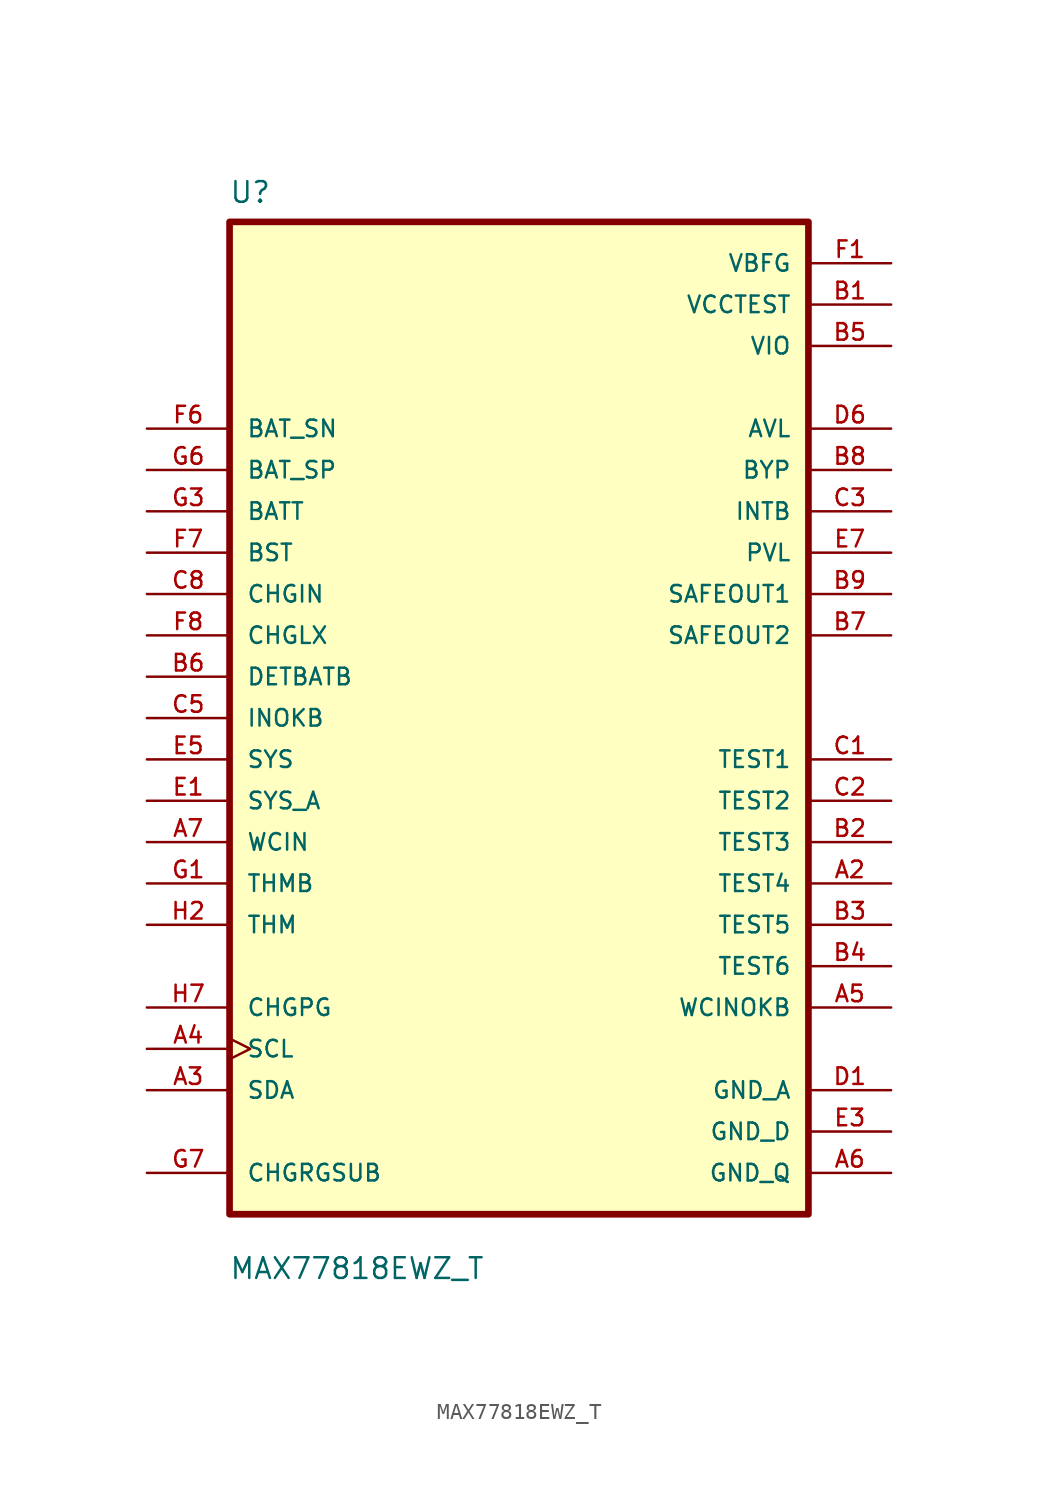
<source format=kicad_sym>
(kicad_symbol_lib
  (version 20241209)
  (generator "kicad_symbol_editor")
  (generator_version "9.0")
  (symbol "MAX77818EWZ_T"
    (pin_names
      (offset 1.016))
    (property "Reference" "U"
      (at -17.82 31.552 0)
      (effects (font (size 1.27 1.27)) (justify left bottom)))
    (property "Value" "MAX77818EWZ_T"
      (at -17.819 -34.555 0)
      (effects (font (size 1.27 1.27)) (justify left bottom)))
    (symbol "MAX77818EWZ_T_0_0"
      (rectangle (start -17.78 30.48) (end 17.78 -30.48) (stroke (width 0.41) (type default)) (fill (type background)))
      (pin input line (at -22.86 17.78 0) (length 5.08) (name "BAT_SN" (effects (font (size 1.016 1.016)))) (number "F6" (effects (font (size 1.016 1.016)))))
      (pin input line (at -22.86 15.24 0) (length 5.08) (name "BAT_SP" (effects (font (size 1.016 1.016)))) (number "G6" (effects (font (size 1.016 1.016)))))
      (pin input line (at -22.86 12.7 0) (length 5.08) (name "BATT" (effects (font (size 1.016 1.016)))) (number "G3" (effects (font (size 1.016 1.016)))))
      (pin input line (at -22.86 12.7 0) (length 5.08) (hide yes) (name "BATT" (effects (font (size 1.016 1.016)))) (number "G4" (effects (font (size 1.016 1.016)))))
      (pin input line (at -22.86 12.7 0) (length 5.08) (hide yes) (name "BATT" (effects (font (size 1.016 1.016)))) (number "H3" (effects (font (size 1.016 1.016)))))
      (pin input line (at -22.86 12.7 0) (length 5.08) (hide yes) (name "BATT" (effects (font (size 1.016 1.016)))) (number "H4" (effects (font (size 1.016 1.016)))))
      (pin input line (at -22.86 10.16 0) (length 5.08) (name "BST" (effects (font (size 1.016 1.016)))) (number "F7" (effects (font (size 1.016 1.016)))))
      (pin input line (at -22.86 7.62 0) (length 5.08) (name "CHGIN" (effects (font (size 1.016 1.016)))) (number "C8" (effects (font (size 1.016 1.016)))))
      (pin input line (at -22.86 7.62 0) (length 5.08) (hide yes) (name "CHGIN" (effects (font (size 1.016 1.016)))) (number "C9" (effects (font (size 1.016 1.016)))))
      (pin input line (at -22.86 7.62 0) (length 5.08) (hide yes) (name "CHGIN" (effects (font (size 1.016 1.016)))) (number "D8" (effects (font (size 1.016 1.016)))))
      (pin input line (at -22.86 7.62 0) (length 5.08) (hide yes) (name "CHGIN" (effects (font (size 1.016 1.016)))) (number "D9" (effects (font (size 1.016 1.016)))))
      (pin input line (at -22.86 5.08 0) (length 5.08) (name "CHGLX" (effects (font (size 1.016 1.016)))) (number "F8" (effects (font (size 1.016 1.016)))))
      (pin input line (at -22.86 5.08 0) (length 5.08) (hide yes) (name "CHGLX" (effects (font (size 1.016 1.016)))) (number "F9" (effects (font (size 1.016 1.016)))))
      (pin input line (at -22.86 5.08 0) (length 5.08) (hide yes) (name "CHGLX" (effects (font (size 1.016 1.016)))) (number "G8" (effects (font (size 1.016 1.016)))))
      (pin input line (at -22.86 5.08 0) (length 5.08) (hide yes) (name "CHGLX" (effects (font (size 1.016 1.016)))) (number "G9" (effects (font (size 1.016 1.016)))))
      (pin input line (at -22.86 2.54 0) (length 5.08) (name "DETBATB" (effects (font (size 1.016 1.016)))) (number "B6" (effects (font (size 1.016 1.016)))))
      (pin input line (at -22.86 0 0) (length 5.08) (name "INOKB" (effects (font (size 1.016 1.016)))) (number "C5" (effects (font (size 1.016 1.016)))))
      (pin input line (at -22.86 -2.54 0) (length 5.08) (name "SYS" (effects (font (size 1.016 1.016)))) (number "E5" (effects (font (size 1.016 1.016)))))
      (pin input line (at -22.86 -2.54 0) (length 5.08) (hide yes) (name "SYS" (effects (font (size 1.016 1.016)))) (number "F5" (effects (font (size 1.016 1.016)))))
      (pin input line (at -22.86 -2.54 0) (length 5.08) (hide yes) (name "SYS" (effects (font (size 1.016 1.016)))) (number "G5" (effects (font (size 1.016 1.016)))))
      (pin input line (at -22.86 -2.54 0) (length 5.08) (hide yes) (name "SYS" (effects (font (size 1.016 1.016)))) (number "H5" (effects (font (size 1.016 1.016)))))
      (pin input line (at -22.86 -2.54 0) (length 5.08) (hide yes) (name "SYS" (effects (font (size 1.016 1.016)))) (number "H6" (effects (font (size 1.016 1.016)))))
      (pin input line (at -22.86 -5.08 0) (length 5.08) (name "SYS_A" (effects (font (size 1.016 1.016)))) (number "E1" (effects (font (size 1.016 1.016)))))
      (pin input line (at -22.86 -5.08 0) (length 5.08) (hide yes) (name "SYS_A" (effects (font (size 1.016 1.016)))) (number "F2" (effects (font (size 1.016 1.016)))))
      (pin input line (at -22.86 -7.62 0) (length 5.08) (name "WCIN" (effects (font (size 1.016 1.016)))) (number "A7" (effects (font (size 1.016 1.016)))))
      (pin input line (at -22.86 -7.62 0) (length 5.08) (hide yes) (name "WCIN" (effects (font (size 1.016 1.016)))) (number "A8" (effects (font (size 1.016 1.016)))))
      (pin input line (at -22.86 -10.16 0) (length 5.08) (name "THMB" (effects (font (size 1.016 1.016)))) (number "G1" (effects (font (size 1.016 1.016)))))
      (pin input line (at -22.86 -12.7 0) (length 5.08) (name "THM" (effects (font (size 1.016 1.016)))) (number "H2" (effects (font (size 1.016 1.016)))))
      (pin bidirectional line (at -22.86 -17.78 0) (length 5.08) (name "CHGPG" (effects (font (size 1.016 1.016)))) (number "H7" (effects (font (size 1.016 1.016)))))
      (pin bidirectional line (at -22.86 -17.78 0) (length 5.08) (hide yes) (name "CHGPG" (effects (font (size 1.016 1.016)))) (number "H8" (effects (font (size 1.016 1.016)))))
      (pin bidirectional line (at -22.86 -17.78 0) (length 5.08) (hide yes) (name "CHGPG" (effects (font (size 1.016 1.016)))) (number "H9" (effects (font (size 1.016 1.016)))))
      (pin bidirectional clock (at -22.86 -20.32 0) (length 5.08) (name "SCL" (effects (font (size 1.016 1.016)))) (number "A4" (effects (font (size 1.016 1.016)))))
      (pin bidirectional line (at -22.86 -22.86 0) (length 5.08) (name "SDA" (effects (font (size 1.016 1.016)))) (number "A3" (effects (font (size 1.016 1.016)))))
      (pin input line (at -22.86 -27.94 0) (length 5.08) (name "CHGRGSUB" (effects (font (size 1.016 1.016)))) (number "G7" (effects (font (size 1.016 1.016)))))
      (pin power_in line (at 22.86 27.94 180) (length 5.08) (name "VBFG" (effects (font (size 1.016 1.016)))) (number "F1" (effects (font (size 1.016 1.016)))))
      (pin power_in line (at 22.86 25.4 180) (length 5.08) (name "VCCTEST" (effects (font (size 1.016 1.016)))) (number "B1" (effects (font (size 1.016 1.016)))))
      (pin power_in line (at 22.86 22.86 180) (length 5.08) (name "VIO" (effects (font (size 1.016 1.016)))) (number "B5" (effects (font (size 1.016 1.016)))))
      (pin output line (at 22.86 17.78 180) (length 5.08) (name "AVL" (effects (font (size 1.016 1.016)))) (number "D6" (effects (font (size 1.016 1.016)))))
      (pin output line (at 22.86 15.24 180) (length 5.08) (name "BYP" (effects (font (size 1.016 1.016)))) (number "B8" (effects (font (size 1.016 1.016)))))
      (pin output line (at 22.86 15.24 180) (length 5.08) (hide yes) (name "BYP" (effects (font (size 1.016 1.016)))) (number "C7" (effects (font (size 1.016 1.016)))))
      (pin output line (at 22.86 15.24 180) (length 5.08) (hide yes) (name "BYP" (effects (font (size 1.016 1.016)))) (number "D7" (effects (font (size 1.016 1.016)))))
      (pin output line (at 22.86 15.24 180) (length 5.08) (hide yes) (name "BYP" (effects (font (size 1.016 1.016)))) (number "E8" (effects (font (size 1.016 1.016)))))
      (pin output line (at 22.86 15.24 180) (length 5.08) (hide yes) (name "BYP" (effects (font (size 1.016 1.016)))) (number "E9" (effects (font (size 1.016 1.016)))))
      (pin output line (at 22.86 12.7 180) (length 5.08) (name "INTB" (effects (font (size 1.016 1.016)))) (number "C3" (effects (font (size 1.016 1.016)))))
      (pin output line (at 22.86 10.16 180) (length 5.08) (name "PVL" (effects (font (size 1.016 1.016)))) (number "E7" (effects (font (size 1.016 1.016)))))
      (pin output line (at 22.86 7.62 180) (length 5.08) (name "SAFEOUT1" (effects (font (size 1.016 1.016)))) (number "B9" (effects (font (size 1.016 1.016)))))
      (pin output line (at 22.86 5.08 180) (length 5.08) (name "SAFEOUT2" (effects (font (size 1.016 1.016)))) (number "B7" (effects (font (size 1.016 1.016)))))
      (pin bidirectional line (at 22.86 -2.54 180) (length 5.08) (name "TEST1" (effects (font (size 1.016 1.016)))) (number "C1" (effects (font (size 1.016 1.016)))))
      (pin bidirectional line (at 22.86 -5.08 180) (length 5.08) (name "TEST2" (effects (font (size 1.016 1.016)))) (number "C2" (effects (font (size 1.016 1.016)))))
      (pin bidirectional line (at 22.86 -7.62 180) (length 5.08) (name "TEST3" (effects (font (size 1.016 1.016)))) (number "B2" (effects (font (size 1.016 1.016)))))
      (pin bidirectional line (at 22.86 -10.16 180) (length 5.08) (name "TEST4" (effects (font (size 1.016 1.016)))) (number "A2" (effects (font (size 1.016 1.016)))))
      (pin bidirectional line (at 22.86 -12.7 180) (length 5.08) (name "TEST5" (effects (font (size 1.016 1.016)))) (number "B3" (effects (font (size 1.016 1.016)))))
      (pin bidirectional line (at 22.86 -15.24 180) (length 5.08) (name "TEST6" (effects (font (size 1.016 1.016)))) (number "B4" (effects (font (size 1.016 1.016)))))
      (pin bidirectional line (at 22.86 -17.78 180) (length 5.08) (name "WCINOKB" (effects (font (size 1.016 1.016)))) (number "A5" (effects (font (size 1.016 1.016)))))
      (pin power_in line (at 22.86 -22.86 180) (length 5.08) (name "GND_A" (effects (font (size 1.016 1.016)))) (number "D1" (effects (font (size 1.016 1.016)))))
      (pin power_in line (at 22.86 -22.86 180) (length 5.08) (hide yes) (name "GND_A" (effects (font (size 1.016 1.016)))) (number "D2" (effects (font (size 1.016 1.016)))))
      (pin power_in line (at 22.86 -22.86 180) (length 5.08) (hide yes) (name "GND_A" (effects (font (size 1.016 1.016)))) (number "D3" (effects (font (size 1.016 1.016)))))
      (pin power_in line (at 22.86 -22.86 180) (length 5.08) (hide yes) (name "GND_A" (effects (font (size 1.016 1.016)))) (number "D4" (effects (font (size 1.016 1.016)))))
      (pin power_in line (at 22.86 -22.86 180) (length 5.08) (hide yes) (name "GND_A" (effects (font (size 1.016 1.016)))) (number "D5" (effects (font (size 1.016 1.016)))))
      (pin power_in line (at 22.86 -25.4 180) (length 5.08) (name "GND_D" (effects (font (size 1.016 1.016)))) (number "E3" (effects (font (size 1.016 1.016)))))
      (pin power_in line (at 22.86 -27.94 180) (length 5.08) (name "GND_Q" (effects (font (size 1.016 1.016)))) (number "A6" (effects (font (size 1.016 1.016))))))))
</source>
